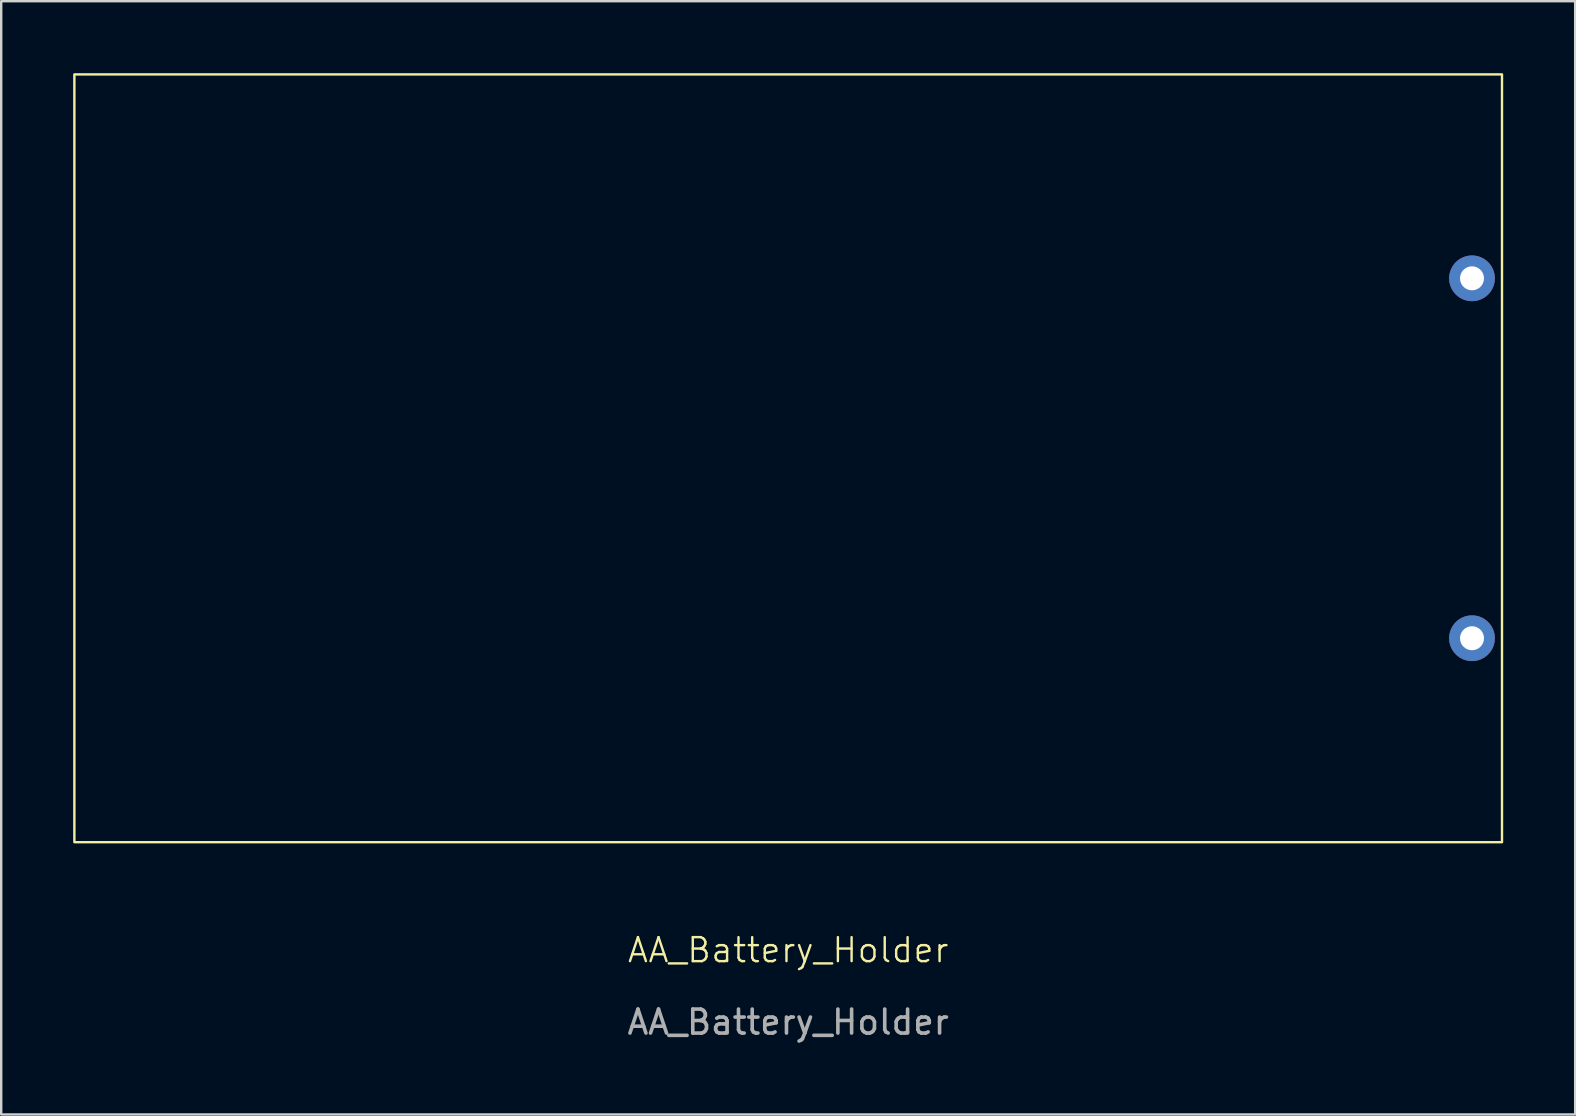
<source format=kicad_pcb>
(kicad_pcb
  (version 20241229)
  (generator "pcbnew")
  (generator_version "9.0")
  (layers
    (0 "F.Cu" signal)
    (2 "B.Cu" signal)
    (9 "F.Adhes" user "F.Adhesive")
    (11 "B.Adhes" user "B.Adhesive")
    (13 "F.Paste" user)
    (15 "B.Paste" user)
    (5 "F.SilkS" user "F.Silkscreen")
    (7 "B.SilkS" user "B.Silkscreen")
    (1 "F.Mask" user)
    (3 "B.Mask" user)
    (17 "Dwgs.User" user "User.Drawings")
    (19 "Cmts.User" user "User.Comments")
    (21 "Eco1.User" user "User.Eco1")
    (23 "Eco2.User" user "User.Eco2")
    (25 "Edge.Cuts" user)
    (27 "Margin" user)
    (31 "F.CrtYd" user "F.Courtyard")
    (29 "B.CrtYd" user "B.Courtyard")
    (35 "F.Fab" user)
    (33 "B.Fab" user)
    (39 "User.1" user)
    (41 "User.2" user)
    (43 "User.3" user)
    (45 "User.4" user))
  (footprint "AA_Battery_Holder"
    (layer "F.Cu")
    (at 29.8 35.55)
    (property "Reference" "AA_Battery_Holder" (at 0 1 0) (unlocked yes) (layer "F.SilkS") (effects (font (size 1 1) (thickness 0.1))))
    (attr smd)
    (fp_rect (start -29.75 -35.5) (end 29.75 -3.5) (stroke (width 0.1) (type default)) (fill no) (layer "F.SilkS"))
    (fp_text user "${REFERENCE}" (at 0 4 0) (unlocked yes) (layer "F.Fab") (effects (font (size 1 1) (thickness 0.15))))
    (pad "1" thru_hole circle (at 28.5 -12) (size 1.905 1.905) (drill 1) (layers "*.Cu" "*.Mask") (remove_unused_layers yes) (keep_end_layers yes) (zone_layer_connections))
    (pad "2" thru_hole circle (at 28.5 -27) (size 1.905 1.905) (drill 1) (layers "*.Cu" "*.Mask") (remove_unused_layers yes) (keep_end_layers yes) (zone_layer_connections)))
  (gr_rect
    (start -3 -3)
    (end 62.6 43.398)
    (stroke (width 0.1) (type default))
    (fill no)
    (layer "Edge.Cuts")))
</source>
